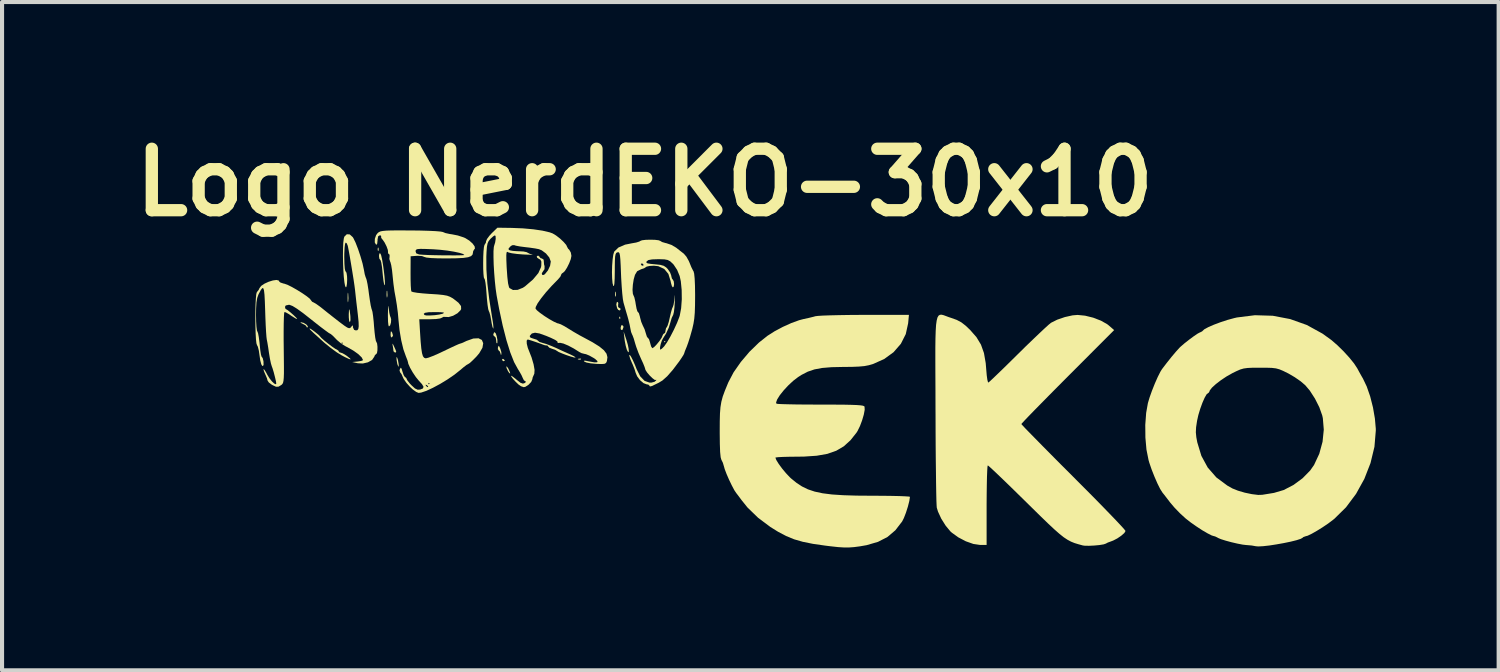
<source format=kicad_pcb>
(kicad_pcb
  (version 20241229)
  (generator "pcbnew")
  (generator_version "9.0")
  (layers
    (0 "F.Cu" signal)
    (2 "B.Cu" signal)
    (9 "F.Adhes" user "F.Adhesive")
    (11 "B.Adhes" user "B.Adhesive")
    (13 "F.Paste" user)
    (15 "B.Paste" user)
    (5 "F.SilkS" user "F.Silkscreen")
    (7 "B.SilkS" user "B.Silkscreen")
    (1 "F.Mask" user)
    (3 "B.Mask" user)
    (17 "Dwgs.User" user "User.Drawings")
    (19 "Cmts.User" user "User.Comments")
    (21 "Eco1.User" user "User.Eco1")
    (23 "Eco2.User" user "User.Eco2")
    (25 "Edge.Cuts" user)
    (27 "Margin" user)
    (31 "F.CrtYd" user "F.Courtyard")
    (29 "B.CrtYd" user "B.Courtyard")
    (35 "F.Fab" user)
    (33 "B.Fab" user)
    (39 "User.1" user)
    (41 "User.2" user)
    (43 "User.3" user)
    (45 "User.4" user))
  (footprint "Logo NerdEKO-30x10"
    (layer "F.Cu")
    (at 3.041 2.42)
    (property "Reference" "Logo NerdEKO-30x10" (at 9.652 -1.016 0) (layer "F.SilkS") (effects (font (size 1.5 1.5) (thickness 0.3))))
    (attr board_only exclude_from_pos_files exclude_from_bom)
    (fp_poly (pts (xy 10.158 2.873) (xy 10.14 2.89) (xy 10.123 2.873) (xy 10.14 2.855)) (stroke (width 0) (type solid)) (fill yes) (layer "F.SilkS"))
    (fp_poly (pts (xy 3.152 0.587) (xy 3.156 0.643) (xy 3.149 0.655) (xy 3.133 0.645) (xy 3.131 0.609) (xy 3.139 0.571)) (stroke (width 0) (type solid)) (fill yes) (layer "F.SilkS"))
    (fp_poly (pts (xy 8.099 3.293) (xy 8.089 3.309) (xy 8.053 3.311) (xy 8.015 3.303) (xy 8.032 3.29) (xy 8.087 3.286)) (stroke (width 0) (type solid)) (fill yes) (layer "F.SilkS"))
    (fp_poly (pts (xy 9.051 2.266) (xy 9.055 2.308) (xy 9.051 2.313) (xy 9.03 2.308) (xy 9.027 2.29) (xy 9.04 2.261)) (stroke (width 0) (type solid)) (fill yes) (layer "F.SilkS"))
    (fp_poly (pts (xy 2.411 1.698) (xy 2.417 1.812) (xy 2.411 1.892) (xy 2.404 1.914) (xy 2.398 1.874) (xy 2.397 1.795) (xy 2.399 1.708) (xy 2.404 1.675)) (stroke (width 0) (type solid)) (fill yes) (layer "F.SilkS"))
    (fp_poly (pts (xy 3.365 1.645) (xy 3.37 1.738) (xy 3.364 1.787) (xy 3.355 1.795) (xy 3.349 1.744) (xy 3.349 1.707) (xy 3.352 1.638) (xy 3.36 1.628)) (stroke (width 0) (type solid)) (fill yes) (layer "F.SilkS"))
    (fp_poly (pts (xy 3.486 2.655) (xy 3.505 2.724) (xy 3.485 2.759) (xy 3.457 2.769) (xy 3.447 2.717) (xy 3.447 2.694) (xy 3.451 2.627) (xy 3.465 2.623)) (stroke (width 0) (type solid)) (fill yes) (layer "F.SilkS"))
    (fp_poly (pts (xy 6.201 3.297) (xy 6.235 3.328) (xy 6.237 3.334) (xy 6.209 3.349) (xy 6.201 3.35) (xy 6.167 3.322) (xy 6.166 3.312) (xy 6.188 3.291)) (stroke (width 0) (type solid)) (fill yes) (layer "F.SilkS"))
    (fp_poly (pts (xy 8.944 1.657) (xy 8.946 1.663) (xy 8.951 1.74) (xy 8.945 1.769) (xy 8.933 1.771) (xy 8.928 1.715) (xy 8.928 1.707) (xy 8.933 1.652)) (stroke (width 0) (type solid)) (fill yes) (layer "F.SilkS"))
    (fp_poly (pts (xy 9.13 2.495) (xy 9.133 2.517) (xy 9.112 2.577) (xy 9.098 2.59) (xy 9.07 2.579) (xy 9.063 2.539) (xy 9.077 2.481) (xy 9.098 2.466)) (stroke (width 0) (type solid)) (fill yes) (layer "F.SilkS"))
    (fp_poly (pts (xy 6.319 3.527) (xy 6.326 3.54) (xy 6.361 3.619) (xy 6.366 3.653) (xy 6.343 3.636) (xy 6.315 3.596) (xy 6.28 3.522) (xy 6.272 3.483) (xy 6.286 3.479)) (stroke (width 0) (type solid)) (fill yes) (layer "F.SilkS"))
    (fp_poly (pts (xy 3.617 3.292) (xy 3.627 3.328) (xy 3.643 3.418) (xy 3.645 3.473) (xy 3.635 3.482) (xy 3.616 3.434) (xy 3.61 3.413) (xy 3.593 3.316) (xy 3.591 3.261) (xy 3.599 3.247)) (stroke (width 0) (type solid)) (fill yes) (layer "F.SilkS"))
    (fp_poly (pts (xy 1.322 2.413) (xy 1.386 2.451) (xy 1.425 2.495) (xy 1.423 2.522) (xy 1.399 2.523) (xy 1.397 2.511) (xy 1.367 2.472) (xy 1.3 2.437) (xy 1.248 2.412) (xy 1.254 2.399) (xy 1.258 2.399)) (stroke (width 0) (type solid)) (fill yes) (layer "F.SilkS"))
    (fp_poly (pts (xy 2.448 2.118) (xy 2.462 2.227) (xy 2.465 2.263) (xy 2.467 2.348) (xy 2.455 2.393) (xy 2.45 2.396) (xy 2.434 2.364) (xy 2.426 2.282) (xy 2.425 2.21) (xy 2.43 2.109) (xy 2.438 2.078)) (stroke (width 0) (type solid)) (fill yes) (layer "F.SilkS"))
    (fp_poly (pts (xy 3.508 2.941) (xy 3.532 2.992) (xy 3.572 3.081) (xy 3.584 3.123) (xy 3.57 3.137) (xy 3.552 3.138) (xy 3.519 3.11) (xy 3.516 3.093) (xy 3.508 3.026) (xy 3.496 2.961) (xy 3.491 2.92)) (stroke (width 0) (type solid)) (fill yes) (layer "F.SilkS"))
    (fp_poly (pts (xy 6.102 2.992) (xy 6.126 3.046) (xy 6.151 3.13) (xy 6.152 3.187) (xy 6.138 3.193) (xy 6.133 3.167) (xy 6.111 3.109) (xy 6.091 3.095) (xy 6.066 3.055) (xy 6.068 3.013) (xy 6.083 2.974)) (stroke (width 0) (type solid)) (fill yes) (layer "F.SilkS"))
    (fp_poly (pts (xy 9.207 2.837) (xy 9.239 2.948) (xy 9.258 3.042) (xy 9.264 3.108) (xy 9.256 3.134) (xy 9.234 3.109) (xy 9.214 3.067) (xy 9.189 2.979) (xy 9.165 2.858) (xy 9.158 2.802) (xy 9.137 2.625)) (stroke (width 0) (type solid)) (fill yes) (layer "F.SilkS"))
    (fp_poly (pts (xy 9.007 1.929) (xy 9.002 1.972) (xy 9.003 2.028) (xy 9.023 2.042) (xy 9.061 2.067) (xy 9.063 2.078) (xy 9.044 2.112) (xy 9.006 2.098) (xy 8.978 2.057) (xy 8.958 1.971) (xy 8.968 1.913) (xy 8.989 1.901)) (stroke (width 0) (type solid)) (fill yes) (layer "F.SilkS"))
    (fp_poly (pts (xy 6.015 2.673) (xy 6.039 2.745) (xy 6.054 2.829) (xy 6.054 2.897) (xy 6.047 2.916) (xy 6.031 2.902) (xy 6.025 2.843) (xy 6.013 2.774) (xy 5.989 2.749) (xy 5.958 2.72) (xy 5.954 2.696) (xy 5.972 2.649) (xy 5.988 2.643)) (stroke (width 0) (type solid)) (fill yes) (layer "F.SilkS"))
    (fp_poly (pts (xy 3.397 2.011) (xy 3.401 2.059) (xy 3.415 2.169) (xy 3.434 2.249) (xy 3.445 2.271) (xy 3.46 2.326) (xy 3.456 2.404) (xy 3.436 2.473) (xy 3.406 2.502) (xy 3.393 2.469) (xy 3.384 2.382) (xy 3.381 2.256) (xy 3.381 2.193) (xy 3.385 2.063) (xy 3.391 2.002)) (stroke (width 0) (type solid)) (fill yes) (layer "F.SilkS"))
    (fp_poly (pts (xy 3.198 0.721) (xy 3.217 0.768) (xy 3.239 0.865) (xy 3.261 0.994) (xy 3.281 1.137) (xy 3.297 1.276) (xy 3.307 1.395) (xy 3.308 1.474) (xy 3.301 1.497) (xy 3.288 1.471) (xy 3.273 1.39) (xy 3.258 1.267) (xy 3.251 1.194) (xy 3.237 1.055) (xy 3.22 0.946) (xy 3.202 0.885) (xy 3.195 0.877) (xy 3.172 0.846) (xy 3.163 0.781) (xy 3.172 0.718)) (stroke (width 0) (type solid)) (fill yes) (layer "F.SilkS"))
    (fp_poly (pts (xy 1.491 2.558) (xy 1.548 2.596) (xy 1.619 2.65) (xy 1.683 2.702) (xy 1.72 2.739) (xy 1.722 2.743) (xy 1.757 2.783) (xy 1.83 2.847) (xy 1.923 2.922) (xy 2.017 2.993) (xy 2.094 3.046) (xy 2.136 3.067) (xy 2.172 3.092) (xy 2.174 3.102) (xy 2.202 3.135) (xy 2.22 3.138) (xy 2.276 3.157) (xy 2.358 3.206) (xy 2.386 3.226) (xy 2.458 3.284) (xy 2.472 3.307) (xy 2.429 3.295) (xy 2.331 3.249) (xy 2.245 3.203) (xy 2.126 3.129) (xy 1.983 3.024) (xy 1.842 2.91) (xy 1.808 2.88) (xy 1.668 2.753) (xy 1.572 2.666) (xy 1.513 2.61) (xy 1.481 2.577) (xy 1.469 2.558) (xy 1.467 2.55)) (stroke (width 0) (type solid)) (fill yes) (layer "F.SilkS"))
    (fp_poly (pts (xy 16.95 2.226) (xy 17.009 2.248) (xy 17.078 2.274) (xy 17.13 2.291) (xy 17.27 2.341) (xy 17.38 2.399) (xy 17.485 2.48) (xy 17.597 2.586) (xy 17.752 2.763) (xy 17.862 2.945) (xy 17.935 3.15) (xy 17.978 3.396) (xy 17.991 3.554) (xy 18.003 3.695) (xy 18.018 3.803) (xy 18.034 3.864) (xy 18.042 3.871) (xy 18.075 3.845) (xy 18.15 3.775) (xy 18.263 3.667) (xy 18.405 3.53) (xy 18.57 3.368) (xy 18.751 3.189) (xy 18.77 3.171) (xy 18.957 2.986) (xy 19.134 2.816) (xy 19.291 2.666) (xy 19.421 2.544) (xy 19.517 2.457) (xy 19.571 2.413) (xy 19.572 2.412) (xy 19.724 2.336) (xy 19.911 2.272) (xy 20.1 2.23) (xy 20.222 2.22) (xy 20.404 2.238) (xy 20.603 2.287) (xy 20.792 2.36) (xy 20.944 2.446) (xy 20.981 2.475) (xy 21.114 2.59) (xy 19.981 3.725) (xy 19.748 3.959) (xy 19.532 4.177) (xy 19.336 4.376) (xy 19.167 4.548) (xy 19.028 4.691) (xy 18.926 4.798) (xy 18.865 4.864) (xy 18.848 4.884) (xy 18.873 4.913) (xy 18.942 4.987) (xy 19.053 5.101) (xy 19.199 5.25) (xy 19.376 5.43) (xy 19.581 5.637) (xy 19.806 5.864) (xy 20.05 6.107) (xy 20.12 6.178) (xy 20.367 6.426) (xy 20.599 6.659) (xy 20.81 6.874) (xy 20.995 7.065) (xy 21.151 7.227) (xy 21.272 7.356) (xy 21.353 7.445) (xy 21.39 7.492) (xy 21.392 7.496) (xy 21.363 7.545) (xy 21.29 7.609) (xy 21.193 7.676) (xy 21.091 7.729) (xy 21.039 7.749) (xy 20.957 7.779) (xy 20.913 7.803) (xy 20.858 7.822) (xy 20.755 7.839) (xy 20.627 7.851) (xy 20.5 7.857) (xy 20.395 7.855) (xy 20.35 7.849) (xy 20.241 7.819) (xy 20.146 7.79) (xy 20.06 7.755) (xy 19.974 7.709) (xy 19.882 7.648) (xy 19.778 7.565) (xy 19.654 7.456) (xy 19.504 7.316) (xy 19.321 7.139) (xy 19.098 6.92) (xy 18.966 6.79) (xy 18.756 6.584) (xy 18.563 6.395) (xy 18.39 6.228) (xy 18.245 6.089) (xy 18.132 5.983) (xy 18.058 5.916) (xy 18.029 5.893) (xy 18.021 5.927) (xy 18.015 6.022) (xy 18.009 6.17) (xy 18.005 6.362) (xy 18.002 6.588) (xy 18 6.84) (xy 18 6.865) (xy 18 7.836) (xy 17.838 7.836) (xy 17.676 7.812) (xy 17.492 7.747) (xy 17.309 7.651) (xy 17.151 7.537) (xy 17.117 7.507) (xy 17.001 7.367) (xy 16.893 7.196) (xy 16.813 7.023) (xy 16.783 6.926) (xy 16.779 6.871) (xy 16.774 6.752) (xy 16.77 6.574) (xy 16.766 6.345) (xy 16.763 6.071) (xy 16.759 5.757) (xy 16.756 5.41) (xy 16.754 5.037) (xy 16.753 4.643) (xy 16.752 4.524) (xy 16.751 4.055) (xy 16.749 3.652) (xy 16.748 3.31) (xy 16.748 3.025) (xy 16.751 2.792) (xy 16.757 2.606) (xy 16.766 2.462) (xy 16.781 2.356) (xy 16.8 2.283) (xy 16.826 2.238) (xy 16.86 2.217) (xy 16.9 2.214)) (stroke (width 0) (type solid)) (fill yes) (layer "F.SilkS"))
    (fp_poly (pts (xy 16.084 2.424) (xy 16.026 2.688) (xy 15.906 2.925) (xy 15.728 3.13) (xy 15.498 3.297) (xy 15.225 3.419) (xy 15.124 3.448) (xy 15.015 3.469) (xy 14.882 3.481) (xy 14.711 3.488) (xy 14.493 3.49) (xy 14.211 3.496) (xy 13.983 3.515) (xy 13.796 3.55) (xy 13.634 3.605) (xy 13.482 3.683) (xy 13.398 3.736) (xy 13.276 3.83) (xy 13.155 3.943) (xy 13.043 4.064) (xy 12.95 4.181) (xy 12.886 4.283) (xy 12.859 4.358) (xy 12.868 4.387) (xy 12.907 4.393) (xy 13.009 4.398) (xy 13.163 4.402) (xy 13.361 4.406) (xy 13.594 4.408) (xy 13.854 4.409) (xy 13.945 4.409) (xy 14.253 4.41) (xy 14.497 4.411) (xy 14.685 4.415) (xy 14.823 4.42) (xy 14.918 4.427) (xy 14.978 4.436) (xy 15.01 4.449) (xy 15.019 4.46) (xy 15.023 4.536) (xy 15.001 4.654) (xy 14.96 4.794) (xy 14.907 4.935) (xy 14.848 5.055) (xy 14.825 5.092) (xy 14.676 5.28) (xy 14.514 5.427) (xy 14.329 5.536) (xy 14.112 5.612) (xy 13.852 5.658) (xy 13.538 5.679) (xy 13.366 5.681) (xy 13.183 5.683) (xy 13.028 5.687) (xy 12.913 5.693) (xy 12.85 5.701) (xy 12.843 5.705) (xy 12.865 5.763) (xy 12.923 5.857) (xy 13.005 5.969) (xy 13.099 6.082) (xy 13.191 6.18) (xy 13.225 6.212) (xy 13.358 6.32) (xy 13.492 6.408) (xy 13.638 6.479) (xy 13.803 6.534) (xy 13.995 6.575) (xy 14.224 6.604) (xy 14.498 6.622) (xy 14.824 6.632) (xy 15.213 6.635) (xy 15.221 6.635) (xy 15.466 6.636) (xy 15.686 6.639) (xy 15.871 6.643) (xy 16.012 6.649) (xy 16.101 6.655) (xy 16.128 6.661) (xy 16.113 6.761) (xy 16.078 6.899) (xy 16.031 7.047) (xy 15.98 7.179) (xy 15.938 7.262) (xy 15.772 7.478) (xy 15.579 7.642) (xy 15.348 7.761) (xy 15.069 7.842) (xy 14.909 7.87) (xy 14.765 7.889) (xy 14.641 7.898) (xy 14.517 7.898) (xy 14.373 7.889) (xy 14.191 7.869) (xy 14.061 7.853) (xy 13.761 7.81) (xy 13.513 7.76) (xy 13.301 7.699) (xy 13.104 7.618) (xy 12.907 7.514) (xy 12.719 7.397) (xy 12.421 7.174) (xy 12.162 6.923) (xy 12.015 6.74) (xy 11.95 6.652) (xy 11.898 6.584) (xy 11.888 6.572) (xy 11.84 6.5) (xy 11.778 6.383) (xy 11.711 6.244) (xy 11.65 6.104) (xy 11.605 5.985) (xy 11.589 5.928) (xy 11.56 5.83) (xy 11.525 5.759) (xy 11.523 5.755) (xy 11.506 5.696) (xy 11.493 5.567) (xy 11.486 5.369) (xy 11.483 5.102) (xy 11.483 5.066) (xy 11.484 4.82) (xy 11.489 4.628) (xy 11.501 4.473) (xy 11.523 4.34) (xy 11.557 4.212) (xy 11.608 4.073) (xy 11.677 3.905) (xy 11.695 3.862) (xy 11.822 3.621) (xy 11.999 3.368) (xy 12.21 3.119) (xy 12.442 2.894) (xy 12.647 2.731) (xy 12.821 2.62) (xy 13.024 2.512) (xy 13.232 2.418) (xy 13.422 2.349) (xy 13.528 2.321) (xy 13.657 2.293) (xy 13.776 2.264) (xy 13.817 2.252) (xy 13.878 2.244) (xy 14.001 2.236) (xy 14.175 2.23) (xy 14.391 2.225) (xy 14.638 2.221) (xy 14.908 2.219) (xy 15.014 2.219) (xy 16.103 2.219)) (stroke (width 0) (type solid)) (fill yes) (layer "F.SilkS"))
    (fp_poly (pts (xy 24.987 2.24) (xy 25.412 2.321) (xy 25.819 2.466) (xy 26.201 2.676) (xy 26.416 2.831) (xy 26.563 2.958) (xy 26.714 3.106) (xy 26.854 3.259) (xy 26.97 3.402) (xy 27.046 3.517) (xy 27.051 3.525) (xy 27.096 3.609) (xy 27.158 3.72) (xy 27.189 3.773) (xy 27.282 3.968) (xy 27.366 4.21) (xy 27.434 4.478) (xy 27.481 4.749) (xy 27.503 5) (xy 27.503 5.045) (xy 27.47 5.44) (xy 27.374 5.837) (xy 27.223 6.224) (xy 27.021 6.589) (xy 26.776 6.917) (xy 26.494 7.195) (xy 26.463 7.22) (xy 26.343 7.311) (xy 26.204 7.405) (xy 26.064 7.492) (xy 25.937 7.564) (xy 25.839 7.611) (xy 25.79 7.624) (xy 25.732 7.645) (xy 25.721 7.657) (xy 25.673 7.686) (xy 25.569 7.72) (xy 25.425 7.756) (xy 25.256 7.791) (xy 25.077 7.823) (xy 24.903 7.85) (xy 24.749 7.867) (xy 24.63 7.873) (xy 24.568 7.867) (xy 24.474 7.85) (xy 24.359 7.84) (xy 24.351 7.84) (xy 24.255 7.829) (xy 24.125 7.804) (xy 23.979 7.77) (xy 23.838 7.732) (xy 23.721 7.695) (xy 23.648 7.664) (xy 23.637 7.656) (xy 23.574 7.626) (xy 23.559 7.624) (xy 23.495 7.604) (xy 23.389 7.55) (xy 23.256 7.472) (xy 23.112 7.377) (xy 22.97 7.277) (xy 22.855 7.186) (xy 22.722 7.064) (xy 22.586 6.923) (xy 22.484 6.803) (xy 22.402 6.696) (xy 22.334 6.608) (xy 22.293 6.557) (xy 22.292 6.555) (xy 22.237 6.468) (xy 22.17 6.333) (xy 22.098 6.168) (xy 22.029 5.993) (xy 21.972 5.827) (xy 21.954 5.763) (xy 21.903 5.508) (xy 21.877 5.214) (xy 21.876 5.087) (xy 23.109 5.087) (xy 23.121 5.209) (xy 23.144 5.331) (xy 23.244 5.661) (xy 23.399 5.946) (xy 23.61 6.188) (xy 23.878 6.387) (xy 24 6.456) (xy 24.137 6.511) (xy 24.304 6.56) (xy 24.477 6.596) (xy 24.631 6.615) (xy 24.73 6.612) (xy 24.829 6.596) (xy 24.958 6.575) (xy 25.018 6.565) (xy 25.255 6.495) (xy 25.494 6.371) (xy 25.716 6.207) (xy 25.902 6.017) (xy 25.996 5.882) (xy 26.123 5.61) (xy 26.203 5.317) (xy 26.233 5.021) (xy 26.21 4.742) (xy 26.195 4.674) (xy 26.124 4.474) (xy 26.017 4.262) (xy 25.891 4.067) (xy 25.78 3.936) (xy 25.67 3.842) (xy 25.525 3.741) (xy 25.373 3.652) (xy 25.357 3.644) (xy 25.24 3.586) (xy 25.149 3.548) (xy 25.064 3.525) (xy 24.964 3.513) (xy 24.83 3.509) (xy 24.679 3.509) (xy 24.501 3.509) (xy 24.373 3.515) (xy 24.277 3.528) (xy 24.191 3.553) (xy 24.096 3.595) (xy 24.004 3.64) (xy 23.862 3.72) (xy 23.722 3.813) (xy 23.597 3.909) (xy 23.501 3.997) (xy 23.448 4.066) (xy 23.441 4.09) (xy 23.418 4.125) (xy 23.41 4.127) (xy 23.372 4.158) (xy 23.323 4.243) (xy 23.269 4.366) (xy 23.216 4.512) (xy 23.17 4.665) (xy 23.139 4.804) (xy 23.115 4.963) (xy 23.109 5.087) (xy 21.876 5.087) (xy 21.874 4.906) (xy 21.896 4.611) (xy 21.938 4.374) (xy 21.979 4.236) (xy 22.038 4.07) (xy 22.107 3.897) (xy 22.178 3.736) (xy 22.243 3.607) (xy 22.282 3.544) (xy 22.398 3.392) (xy 22.515 3.245) (xy 22.622 3.118) (xy 22.705 3.026) (xy 22.73 3.001) (xy 22.833 2.912) (xy 22.949 2.821) (xy 23.06 2.739) (xy 23.153 2.676) (xy 23.212 2.645) (xy 23.22 2.643) (xy 23.266 2.619) (xy 23.27 2.612) (xy 23.314 2.572) (xy 23.411 2.519) (xy 23.548 2.459) (xy 23.708 2.399) (xy 23.878 2.343) (xy 24.043 2.298) (xy 24.111 2.282) (xy 24.551 2.227)) (stroke (width 0) (type solid)) (fill yes) (layer "F.SilkS"))
    (fp_poly (pts (xy 3.881 0.157) (xy 3.945 0.157) (xy 4.177 0.16) (xy 4.382 0.166) (xy 4.548 0.174) (xy 4.665 0.184) (xy 4.724 0.195) (xy 4.727 0.197) (xy 4.786 0.221) (xy 4.887 0.243) (xy 4.947 0.252) (xy 5.088 0.28) (xy 5.229 0.326) (xy 5.269 0.343) (xy 5.369 0.405) (xy 5.45 0.478) (xy 5.499 0.548) (xy 5.506 0.6) (xy 5.494 0.612) (xy 5.463 0.662) (xy 5.459 0.689) (xy 5.449 0.744) (xy 5.412 0.784) (xy 5.339 0.811) (xy 5.222 0.828) (xy 5.051 0.837) (xy 4.822 0.84) (xy 4.604 0.838) (xy 4.435 0.831) (xy 4.321 0.819) (xy 4.27 0.804) (xy 4.214 0.783) (xy 4.118 0.776) (xy 4.084 0.777) (xy 3.936 0.788) (xy 3.934 1.2) (xy 3.935 1.366) (xy 3.939 1.506) (xy 3.946 1.605) (xy 3.954 1.647) (xy 3.996 1.662) (xy 4.093 1.679) (xy 4.233 1.694) (xy 4.4 1.707) (xy 4.41 1.707) (xy 4.598 1.719) (xy 4.731 1.733) (xy 4.825 1.75) (xy 4.896 1.776) (xy 4.961 1.812) (xy 4.98 1.825) (xy 5.104 1.922) (xy 5.166 2.003) (xy 5.169 2.075) (xy 5.156 2.103) (xy 5.08 2.179) (xy 4.973 2.24) (xy 4.864 2.272) (xy 4.808 2.269) (xy 4.736 2.267) (xy 4.702 2.287) (xy 4.656 2.306) (xy 4.557 2.32) (xy 4.421 2.325) (xy 4.413 2.325) (xy 4.147 2.325) (xy 4.165 2.634) (xy 4.18 2.866) (xy 4.196 3.037) (xy 4.214 3.154) (xy 4.236 3.228) (xy 4.265 3.266) (xy 4.302 3.279) (xy 4.308 3.279) (xy 4.37 3.264) (xy 4.478 3.223) (xy 4.617 3.163) (xy 4.746 3.102) (xy 4.892 3.032) (xy 5.014 2.975) (xy 5.099 2.937) (xy 5.133 2.924) (xy 5.178 2.91) (xy 5.262 2.873) (xy 5.3 2.855) (xy 5.466 2.796) (xy 5.593 2.79) (xy 5.675 2.831) (xy 5.708 2.911) (xy 5.689 3.022) (xy 5.611 3.156) (xy 5.537 3.243) (xy 5.449 3.331) (xy 5.379 3.395) (xy 5.34 3.42) (xy 5.34 3.42) (xy 5.3 3.442) (xy 5.226 3.499) (xy 5.147 3.566) (xy 5.004 3.68) (xy 4.836 3.795) (xy 4.657 3.904) (xy 4.48 3.999) (xy 4.321 4.073) (xy 4.193 4.116) (xy 4.129 4.124) (xy 4.07 4.099) (xy 3.985 4.037) (xy 3.918 3.974) (xy 3.832 3.878) (xy 3.768 3.786) (xy 3.745 3.738) (xy 3.712 3.663) (xy 3.683 3.627) (xy 3.665 3.579) (xy 3.675 3.539) (xy 3.696 3.508) (xy 3.715 3.532) (xy 3.737 3.606) (xy 3.766 3.69) (xy 3.796 3.736) (xy 3.803 3.738) (xy 3.833 3.765) (xy 3.834 3.775) (xy 3.857 3.82) (xy 3.915 3.894) (xy 3.957 3.938) (xy 4.042 4.016) (xy 4.108 4.046) (xy 4.169 4.042) (xy 4.235 4.016) (xy 4.251 3.976) (xy 4.222 3.925) (xy 4.299 3.925) (xy 4.308 3.945) (xy 4.343 3.983) (xy 4.364 3.975) (xy 4.364 3.97) (xy 4.339 3.94) (xy 4.323 3.929) (xy 4.299 3.925) (xy 4.222 3.925) (xy 4.215 3.913) (xy 4.201 3.897) (xy 4.364 3.897) (xy 4.382 3.915) (xy 4.4 3.897) (xy 4.382 3.879) (xy 4.364 3.897) (xy 4.201 3.897) (xy 4.138 3.828) (xy 4.064 3.738) (xy 3.988 3.625) (xy 3.922 3.509) (xy 3.879 3.413) (xy 3.87 3.37) (xy 3.856 3.322) (xy 3.824 3.241) (xy 3.82 3.231) (xy 3.759 3.06) (xy 3.706 2.839) (xy 3.664 2.589) (xy 3.639 2.343) (xy 3.626 2.193) (xy 4.256 2.193) (xy 4.273 2.222) (xy 4.32 2.233) (xy 4.412 2.233) (xy 4.525 2.226) (xy 4.633 2.211) (xy 4.713 2.192) (xy 4.718 2.19) (xy 4.75 2.171) (xy 4.736 2.16) (xy 4.667 2.153) (xy 4.535 2.151) (xy 4.532 2.151) (xy 4.376 2.154) (xy 4.286 2.168) (xy 4.256 2.193) (xy 3.626 2.193) (xy 3.623 2.163) (xy 3.599 1.977) (xy 3.573 1.819) (xy 3.569 1.795) (xy 3.541 1.643) (xy 3.516 1.459) (xy 3.497 1.279) (xy 3.496 1.265) (xy 3.481 1.123) (xy 3.462 1.005) (xy 3.443 0.932) (xy 3.437 0.921) (xy 3.416 0.853) (xy 3.421 0.806) (xy 3.422 0.75) (xy 3.404 0.735) (xy 3.382 0.71) (xy 3.385 0.691) (xy 3.382 0.664) (xy 4.056 0.664) (xy 4.072 0.716) (xy 4.14 0.742) (xy 4.163 0.745) (xy 4.243 0.751) (xy 4.366 0.757) (xy 4.519 0.761) (xy 4.688 0.764) (xy 4.857 0.765) (xy 5.012 0.766) (xy 5.138 0.764) (xy 5.221 0.761) (xy 5.247 0.756) (xy 5.215 0.731) (xy 5.125 0.703) (xy 4.993 0.675) (xy 4.832 0.649) (xy 4.655 0.629) (xy 4.478 0.616) (xy 4.469 0.616) (xy 4.294 0.609) (xy 4.177 0.607) (xy 4.107 0.612) (xy 4.071 0.626) (xy 4.058 0.649) (xy 4.056 0.664) (xy 3.382 0.664) (xy 3.379 0.633) (xy 3.347 0.544) (xy 3.3 0.451) (xy 3.252 0.381) (xy 3.234 0.364) (xy 3.213 0.322) (xy 3.218 0.309) (xy 3.208 0.281) (xy 3.183 0.276) (xy 3.143 0.3) (xy 3.128 0.378) (xy 3.128 0.402) (xy 3.119 0.482) (xy 3.097 0.508) (xy 3.092 0.506) (xy 3.06 0.449) (xy 3.062 0.362) (xy 3.093 0.271) (xy 3.132 0.22) (xy 3.162 0.197) (xy 3.201 0.18) (xy 3.259 0.169) (xy 3.347 0.161) (xy 3.473 0.157) (xy 3.648 0.156)) (stroke (width 0) (type solid)) (fill yes) (layer "F.SilkS"))
    (fp_poly (pts (xy 2.449 0.254) (xy 2.522 0.32) (xy 2.537 0.343) (xy 2.592 0.456) (xy 2.653 0.614) (xy 2.712 0.791) (xy 2.762 0.964) (xy 2.793 1.108) (xy 2.796 1.122) (xy 2.815 1.227) (xy 2.838 1.302) (xy 2.846 1.318) (xy 2.862 1.367) (xy 2.883 1.468) (xy 2.905 1.606) (xy 2.918 1.707) (xy 2.94 1.86) (xy 2.961 1.987) (xy 2.981 2.072) (xy 2.99 2.096) (xy 3.004 2.145) (xy 3.019 2.248) (xy 3.034 2.387) (xy 3.042 2.495) (xy 3.056 2.648) (xy 3.071 2.772) (xy 3.087 2.854) (xy 3.098 2.876) (xy 3.117 2.918) (xy 3.126 2.997) (xy 3.125 3.084) (xy 3.114 3.151) (xy 3.097 3.173) (xy 3.064 3.202) (xy 3.047 3.242) (xy 2.994 3.32) (xy 2.893 3.377) (xy 2.768 3.406) (xy 2.646 3.4) (xy 2.51 3.37) (xy 2.642 3.357) (xy 2.727 3.344) (xy 2.771 3.326) (xy 2.773 3.321) (xy 2.741 3.258) (xy 2.658 3.177) (xy 2.537 3.091) (xy 2.393 3.009) (xy 2.349 2.987) (xy 2.246 2.923) (xy 2.227 2.908) (xy 2.245 2.908) (xy 2.262 2.926) (xy 2.28 2.908) (xy 2.262 2.89) (xy 2.245 2.908) (xy 2.227 2.908) (xy 2.139 2.834) (xy 2.11 2.804) (xy 2.038 2.73) (xy 1.983 2.685) (xy 1.969 2.678) (xy 1.933 2.657) (xy 1.853 2.599) (xy 1.737 2.512) (xy 1.597 2.402) (xy 1.501 2.326) (xy 1.309 2.175) (xy 1.162 2.069) (xy 1.055 2.003) (xy 0.983 1.975) (xy 0.964 1.972) (xy 0.886 1.989) (xy 0.867 2.025) (xy 0.881 2.073) (xy 0.893 2.079) (xy 0.932 2.102) (xy 1.004 2.16) (xy 1.079 2.226) (xy 1.15 2.295) (xy 1.166 2.322) (xy 1.127 2.306) (xy 1.033 2.248) (xy 0.956 2.196) (xy 0.89 2.159) (xy 0.855 2.148) (xy 0.847 2.182) (xy 0.841 2.278) (xy 0.837 2.425) (xy 0.835 2.616) (xy 0.835 2.841) (xy 0.837 3.012) (xy 0.84 3.282) (xy 0.842 3.489) (xy 0.842 3.644) (xy 0.838 3.754) (xy 0.831 3.828) (xy 0.82 3.876) (xy 0.805 3.905) (xy 0.784 3.926) (xy 0.779 3.93) (xy 0.709 3.972) (xy 0.646 3.973) (xy 0.56 3.932) (xy 0.54 3.92) (xy 0.473 3.869) (xy 0.443 3.824) (xy 0.443 3.823) (xy 0.428 3.768) (xy 0.392 3.683) (xy 0.386 3.671) (xy 0.353 3.592) (xy 0.343 3.545) (xy 0.345 3.542) (xy 0.368 3.562) (xy 0.409 3.628) (xy 0.439 3.686) (xy 0.491 3.77) (xy 0.551 3.845) (xy 0.607 3.897) (xy 0.646 3.913) (xy 0.655 3.896) (xy 0.646 3.835) (xy 0.622 3.733) (xy 0.593 3.62) (xy 0.563 3.521) (xy 0.545 3.473) (xy 0.524 3.403) (xy 0.5 3.288) (xy 0.478 3.155) (xy 0.458 3.017) (xy 0.438 2.895) (xy 0.423 2.82) (xy 0.415 2.756) (xy 0.406 2.635) (xy 0.397 2.471) (xy 0.389 2.278) (xy 0.384 2.123) (xy 0.376 1.891) (xy 0.367 1.724) (xy 0.355 1.618) (xy 0.337 1.567) (xy 0.312 1.566) (xy 0.278 1.611) (xy 0.233 1.696) (xy 0.22 1.721) (xy 0.19 1.804) (xy 0.171 1.916) (xy 0.162 2.072) (xy 0.16 2.222) (xy 0.163 2.38) (xy 0.171 2.509) (xy 0.182 2.596) (xy 0.193 2.623) (xy 0.21 2.665) (xy 0.228 2.76) (xy 0.245 2.891) (xy 0.25 2.943) (xy 0.264 3.079) (xy 0.28 3.183) (xy 0.296 3.238) (xy 0.302 3.244) (xy 0.324 3.275) (xy 0.342 3.35) (xy 0.343 3.363) (xy 0.345 3.446) (xy 0.321 3.468) (xy 0.314 3.466) (xy 0.289 3.425) (xy 0.264 3.332) (xy 0.247 3.214) (xy 0.229 3.091) (xy 0.206 2.998) (xy 0.184 2.955) (xy 0.17 2.912) (xy 0.159 2.812) (xy 0.151 2.67) (xy 0.146 2.499) (xy 0.144 2.314) (xy 0.145 2.129) (xy 0.149 1.957) (xy 0.157 1.812) (xy 0.167 1.71) (xy 0.181 1.662) (xy 0.182 1.662) (xy 0.225 1.609) (xy 0.245 1.566) (xy 0.287 1.51) (xy 0.368 1.456) (xy 0.469 1.41) (xy 0.572 1.378) (xy 0.66 1.366) (xy 0.716 1.38) (xy 0.726 1.403) (xy 0.757 1.429) (xy 0.833 1.454) (xy 0.855 1.458) (xy 0.931 1.485) (xy 1.039 1.539) (xy 1.162 1.609) (xy 1.286 1.686) (xy 1.394 1.76) (xy 1.472 1.822) (xy 1.503 1.862) (xy 1.503 1.863) (xy 1.531 1.898) (xy 1.565 1.914) (xy 1.625 1.948) (xy 1.715 2.012) (xy 1.788 2.069) (xy 1.896 2.156) (xy 2.033 2.264) (xy 2.173 2.373) (xy 2.193 2.389) (xy 2.312 2.478) (xy 2.388 2.528) (xy 2.434 2.545) (xy 2.465 2.535) (xy 2.482 2.515) (xy 2.517 2.473) (xy 2.527 2.494) (xy 2.527 2.523) (xy 2.555 2.584) (xy 2.598 2.598) (xy 2.635 2.592) (xy 2.658 2.563) (xy 2.668 2.5) (xy 2.665 2.393) (xy 2.649 2.233) (xy 2.631 2.078) (xy 2.611 1.912) (xy 2.593 1.748) (xy 2.579 1.618) (xy 2.577 1.601) (xy 2.564 1.501) (xy 2.542 1.351) (xy 2.513 1.17) (xy 2.481 0.975) (xy 2.449 0.787) (xy 2.419 0.623) (xy 2.401 0.532) (xy 2.375 0.47) (xy 2.35 0.453) (xy 2.334 0.486) (xy 2.323 0.578) (xy 2.316 0.718) (xy 2.315 0.806) (xy 2.319 0.97) (xy 2.328 1.089) (xy 2.342 1.152) (xy 2.351 1.159) (xy 2.37 1.191) (xy 2.383 1.274) (xy 2.386 1.354) (xy 2.381 1.46) (xy 2.368 1.531) (xy 2.356 1.548) (xy 2.336 1.515) (xy 2.319 1.425) (xy 2.304 1.292) (xy 2.293 1.129) (xy 2.286 0.951) (xy 2.283 0.77) (xy 2.285 0.601) (xy 2.291 0.458) (xy 2.304 0.354) (xy 2.317 0.309) (xy 2.377 0.25)) (stroke (width 0) (type solid)) (fill yes) (layer "F.SilkS"))
    (fp_poly (pts (xy 9.903 0.386) (xy 9.992 0.397) (xy 10.032 0.413) (xy 10.076 0.44) (xy 10.162 0.465) (xy 10.182 0.469) (xy 10.303 0.51) (xy 10.415 0.575) (xy 10.421 0.579) (xy 10.516 0.654) (xy 10.602 0.721) (xy 10.608 0.726) (xy 10.669 0.797) (xy 10.728 0.903) (xy 10.747 0.947) (xy 10.79 1.053) (xy 10.831 1.135) (xy 10.844 1.156) (xy 10.859 1.212) (xy 10.871 1.331) (xy 10.879 1.505) (xy 10.882 1.727) (xy 10.882 1.756) (xy 10.88 1.986) (xy 10.874 2.164) (xy 10.862 2.307) (xy 10.842 2.433) (xy 10.813 2.562) (xy 10.8 2.608) (xy 10.757 2.76) (xy 10.713 2.898) (xy 10.676 3) (xy 10.668 3.019) (xy 10.634 3.101) (xy 10.617 3.154) (xy 10.617 3.156) (xy 10.598 3.197) (xy 10.548 3.275) (xy 10.494 3.354) (xy 10.336 3.563) (xy 10.201 3.717) (xy 10.084 3.821) (xy 9.993 3.876) (xy 9.9 3.921) (xy 9.831 3.955) (xy 9.779 3.967) (xy 9.769 3.95) (xy 9.74 3.921) (xy 9.7 3.915) (xy 9.623 3.886) (xy 9.538 3.814) (xy 9.467 3.719) (xy 9.43 3.632) (xy 9.403 3.544) (xy 9.359 3.433) (xy 9.343 3.399) (xy 9.301 3.3) (xy 9.277 3.223) (xy 9.275 3.204) (xy 9.287 3.195) (xy 9.318 3.24) (xy 9.364 3.329) (xy 9.417 3.45) (xy 9.455 3.547) (xy 9.542 3.72) (xy 9.648 3.83) (xy 9.77 3.873) (xy 9.813 3.873) (xy 9.892 3.852) (xy 9.931 3.818) (xy 9.932 3.817) (xy 9.93 3.796) (xy 9.923 3.808) (xy 9.893 3.805) (xy 9.837 3.762) (xy 9.77 3.696) (xy 9.709 3.624) (xy 9.67 3.563) (xy 9.664 3.541) (xy 9.649 3.492) (xy 9.612 3.4) (xy 9.563 3.294) (xy 9.5 3.149) (xy 9.444 2.998) (xy 9.416 2.908) (xy 9.385 2.8) (xy 9.355 2.72) (xy 9.343 2.696) (xy 9.319 2.637) (xy 9.302 2.555) (xy 9.284 2.46) (xy 9.253 2.333) (xy 9.231 2.254) (xy 9.19 2.115) (xy 9.151 1.978) (xy 9.134 1.919) (xy 9.118 1.834) (xy 9.103 1.695) (xy 9.096 1.608) (xy 9.354 1.608) (xy 9.362 1.703) (xy 9.375 1.737) (xy 9.399 1.793) (xy 9.422 1.893) (xy 9.433 1.963) (xy 9.452 2.066) (xy 9.473 2.134) (xy 9.486 2.148) (xy 9.51 2.179) (xy 9.533 2.256) (xy 9.538 2.281) (xy 9.567 2.389) (xy 9.604 2.477) (xy 9.608 2.485) (xy 9.649 2.571) (xy 9.679 2.67) (xy 9.704 2.748) (xy 9.73 2.784) (xy 9.733 2.784) (xy 9.757 2.815) (xy 9.781 2.891) (xy 9.785 2.908) (xy 9.808 2.989) (xy 9.835 3.03) (xy 9.839 3.032) (xy 9.881 3.005) (xy 9.944 2.94) (xy 10.011 2.858) (xy 10.064 2.779) (xy 10.087 2.725) (xy 10.087 2.723) (xy 10.109 2.682) (xy 10.123 2.678) (xy 10.152 2.649) (xy 10.158 2.61) (xy 10.172 2.544) (xy 10.188 2.523) (xy 10.21 2.481) (xy 10.239 2.39) (xy 10.264 2.282) (xy 10.292 2.161) (xy 10.319 2.066) (xy 10.338 2.024) (xy 10.356 1.97) (xy 10.373 1.871) (xy 10.381 1.794) (xy 10.386 1.739) (xy 10.389 1.751) (xy 10.388 1.824) (xy 10.387 1.893) (xy 10.378 2.034) (xy 10.364 2.149) (xy 10.347 2.219) (xy 10.342 2.228) (xy 10.311 2.292) (xy 10.283 2.385) (xy 10.283 2.387) (xy 10.24 2.528) (xy 10.175 2.671) (xy 10.106 2.781) (xy 10.104 2.784) (xy 10.071 2.844) (xy 10.043 2.927) (xy 10.026 3.007) (xy 10.026 3.059) (xy 10.035 3.067) (xy 10.072 3.043) (xy 10.127 2.987) (xy 10.196 2.889) (xy 10.279 2.746) (xy 10.364 2.581) (xy 10.44 2.416) (xy 10.496 2.272) (xy 10.507 2.237) (xy 10.541 2.057) (xy 10.557 1.838) (xy 10.554 1.609) (xy 10.533 1.398) (xy 10.505 1.27) (xy 10.443 1.12) (xy 10.359 0.993) (xy 10.338 0.97) (xy 10.274 0.911) (xy 10.213 0.878) (xy 10.132 0.863) (xy 10.008 0.859) (xy 9.979 0.859) (xy 9.832 0.864) (xy 9.743 0.88) (xy 9.699 0.911) (xy 9.698 0.912) (xy 9.691 0.941) (xy 9.721 0.961) (xy 9.802 0.974) (xy 9.897 0.983) (xy 10.031 0.997) (xy 10.117 1.021) (xy 10.178 1.062) (xy 10.214 1.099) (xy 10.271 1.183) (xy 10.299 1.257) (xy 10.299 1.265) (xy 10.316 1.332) (xy 10.335 1.354) (xy 10.36 1.398) (xy 10.369 1.466) (xy 10.36 1.527) (xy 10.339 1.548) (xy 10.315 1.516) (xy 10.292 1.437) (xy 10.283 1.39) (xy 10.229 1.218) (xy 10.128 1.097) (xy 9.984 1.03) (xy 9.875 1.018) (xy 9.771 1.024) (xy 9.699 1.04) (xy 9.683 1.051) (xy 9.636 1.081) (xy 9.56 1.106) (xy 9.467 1.153) (xy 9.414 1.241) (xy 9.382 1.354) (xy 9.362 1.484) (xy 9.354 1.608) (xy 9.096 1.608) (xy 9.089 1.518) (xy 9.077 1.32) (xy 9.073 1.226) (xy 9.065 1.017) (xy 9.063 0.981) (xy 9.557 0.981) (xy 9.583 1.017) (xy 9.593 1.018) (xy 9.627 1.006) (xy 9.628 1.002) (xy 9.603 0.972) (xy 9.593 0.965) (xy 9.56 0.968) (xy 9.557 0.981) (xy 9.063 0.981) (xy 9.057 0.87) (xy 9.048 0.773) (xy 9.036 0.717) (xy 9.02 0.692) (xy 8.998 0.689) (xy 8.987 0.691) (xy 8.959 0.704) (xy 8.941 0.735) (xy 8.929 0.796) (xy 8.923 0.897) (xy 8.921 1.053) (xy 8.921 1.137) (xy 8.918 1.33) (xy 8.911 1.455) (xy 8.9 1.513) (xy 8.886 1.513) (xy 8.866 1.445) (xy 8.856 1.327) (xy 8.852 1.179) (xy 8.856 1.02) (xy 8.867 0.87) (xy 8.884 0.749) (xy 8.906 0.676) (xy 8.907 0.674) (xy 9.01 0.574) (xy 9.172 0.504) (xy 9.336 0.471) (xy 9.444 0.452) (xy 9.521 0.428) (xy 9.542 0.414) (xy 9.586 0.397) (xy 9.677 0.386) (xy 9.79 0.383)) (stroke (width 0) (type solid)) (fill yes) (layer "F.SilkS"))
    (fp_poly (pts (xy 6.402 0.095) (xy 6.677 0.106) (xy 6.932 0.129) (xy 7.155 0.162) (xy 7.33 0.203) (xy 7.402 0.229) (xy 7.487 0.28) (xy 7.583 0.354) (xy 7.671 0.437) (xy 7.735 0.511) (xy 7.756 0.556) (xy 7.78 0.601) (xy 7.809 0.629) (xy 7.847 0.695) (xy 7.862 0.778) (xy 7.846 0.858) (xy 7.807 0.96) (xy 7.755 1.064) (xy 7.701 1.149) (xy 7.655 1.192) (xy 7.646 1.195) (xy 7.616 1.222) (xy 7.614 1.235) (xy 7.591 1.286) (xy 7.535 1.352) (xy 7.535 1.352) (xy 7.38 1.511) (xy 7.24 1.667) (xy 7.124 1.812) (xy 7.038 1.934) (xy 6.991 2.025) (xy 6.985 2.065) (xy 7.019 2.107) (xy 7.098 2.172) (xy 7.204 2.247) (xy 7.32 2.321) (xy 7.43 2.383) (xy 7.514 2.422) (xy 7.544 2.429) (xy 7.602 2.449) (xy 7.694 2.497) (xy 7.774 2.546) (xy 7.909 2.629) (xy 8.063 2.718) (xy 8.155 2.767) (xy 8.379 2.888) (xy 8.544 2.991) (xy 8.655 3.082) (xy 8.719 3.167) (xy 8.741 3.252) (xy 8.729 3.344) (xy 8.725 3.356) (xy 8.706 3.394) (xy 8.668 3.414) (xy 8.595 3.419) (xy 8.469 3.415) (xy 8.459 3.414) (xy 8.331 3.402) (xy 8.229 3.382) (xy 8.176 3.36) (xy 8.167 3.338) (xy 8.213 3.339) (xy 8.287 3.354) (xy 8.422 3.378) (xy 8.492 3.376) (xy 8.499 3.348) (xy 8.44 3.294) (xy 8.401 3.269) (xy 8.301 3.213) (xy 8.217 3.178) (xy 8.188 3.173) (xy 8.109 3.153) (xy 8.055 3.125) (xy 7.918 3.039) (xy 7.784 2.968) (xy 7.667 2.919) (xy 7.587 2.901) (xy 7.573 2.902) (xy 7.528 2.905) (xy 7.525 2.892) (xy 7.518 2.866) (xy 7.466 2.83) (xy 7.36 2.779) (xy 7.243 2.73) (xy 7.084 2.673) (xy 6.974 2.654) (xy 6.9 2.672) (xy 6.887 2.681) (xy 6.842 2.736) (xy 6.862 2.775) (xy 6.943 2.802) (xy 7.017 2.826) (xy 7.049 2.853) (xy 7.049 2.853) (xy 7.08 2.879) (xy 7.154 2.902) (xy 7.16 2.904) (xy 7.25 2.93) (xy 7.374 2.978) (xy 7.486 3.026) (xy 7.623 3.09) (xy 7.757 3.15) (xy 7.84 3.187) (xy 7.92 3.226) (xy 7.961 3.255) (xy 7.962 3.261) (xy 7.923 3.258) (xy 7.842 3.235) (xy 7.738 3.2) (xy 7.633 3.16) (xy 7.549 3.124) (xy 7.508 3.098) (xy 7.508 3.098) (xy 7.464 3.071) (xy 7.393 3.048) (xy 7.323 3.021) (xy 7.296 2.992) (xy 7.275 2.966) (xy 7.27 2.967) (xy 7.216 2.961) (xy 7.19 2.953) (xy 7.014 2.889) (xy 6.883 2.845) (xy 6.806 2.822) (xy 6.792 2.82) (xy 6.769 2.849) (xy 6.772 2.924) (xy 6.797 3.024) (xy 6.817 3.075) (xy 6.889 3.258) (xy 6.938 3.426) (xy 6.962 3.562) (xy 6.956 3.655) (xy 6.949 3.671) (xy 6.915 3.748) (xy 6.908 3.789) (xy 6.88 3.856) (xy 6.814 3.926) (xy 6.738 3.975) (xy 6.698 3.984) (xy 6.631 3.961) (xy 6.572 3.921) (xy 6.498 3.85) (xy 6.434 3.78) (xy 6.393 3.725) (xy 6.389 3.703) (xy 6.389 3.703) (xy 6.426 3.724) (xy 6.496 3.778) (xy 6.534 3.811) (xy 6.619 3.877) (xy 6.678 3.897) (xy 6.721 3.883) (xy 6.755 3.854) (xy 6.742 3.845) (xy 6.701 3.815) (xy 6.676 3.765) (xy 6.641 3.687) (xy 6.583 3.586) (xy 6.556 3.544) (xy 6.462 3.372) (xy 6.368 3.134) (xy 6.275 2.836) (xy 6.184 2.481) (xy 6.097 2.075) (xy 6.035 1.742) (xy 6.012 1.581) (xy 5.992 1.393) (xy 5.976 1.193) (xy 5.964 0.995) (xy 5.959 0.814) (xy 5.959 0.764) (xy 6.272 0.764) (xy 6.273 0.876) (xy 6.28 1.047) (xy 6.282 1.079) (xy 6.297 1.292) (xy 6.315 1.449) (xy 6.338 1.543) (xy 6.35 1.564) (xy 6.435 1.611) (xy 6.549 1.608) (xy 6.676 1.557) (xy 6.728 1.523) (xy 6.923 1.355) (xy 7.055 1.197) (xy 7.12 1.052) (xy 7.126 1.014) (xy 7.128 0.918) (xy 7.104 0.87) (xy 7.077 0.857) (xy 7.026 0.824) (xy 7.015 0.787) (xy 7.049 0.771) (xy 7.083 0.798) (xy 7.084 0.806) (xy 7.113 0.837) (xy 7.14 0.841) (xy 7.183 0.869) (xy 7.187 0.903) (xy 7.194 0.99) (xy 7.206 1.026) (xy 7.205 1.103) (xy 7.176 1.144) (xy 7.139 1.202) (xy 7.146 1.242) (xy 7.186 1.243) (xy 7.214 1.225) (xy 7.287 1.135) (xy 7.341 1.02) (xy 7.358 0.915) (xy 7.321 0.817) (xy 7.24 0.719) (xy 7.136 0.642) (xy 7.067 0.614) (xy 6.975 0.596) (xy 6.844 0.577) (xy 6.731 0.564) (xy 6.607 0.548) (xy 6.509 0.53) (xy 6.462 0.515) (xy 6.412 0.519) (xy 6.363 0.555) (xy 6.324 0.606) (xy 6.335 0.631) (xy 6.362 0.643) (xy 6.43 0.656) (xy 6.537 0.664) (xy 6.586 0.665) (xy 6.692 0.671) (xy 6.768 0.687) (xy 6.786 0.697) (xy 6.845 0.728) (xy 6.908 0.745) (xy 6.915 0.75) (xy 6.862 0.75) (xy 6.759 0.747) (xy 6.678 0.743) (xy 6.531 0.731) (xy 6.407 0.714) (xy 6.327 0.695) (xy 6.31 0.686) (xy 6.29 0.679) (xy 6.277 0.701) (xy 6.272 0.764) (xy 5.959 0.764) (xy 5.959 0.665) (xy 5.967 0.562) (xy 5.975 0.53) (xy 6 0.448) (xy 6.013 0.362) (xy 6.01 0.296) (xy 5.995 0.276) (xy 5.954 0.3) (xy 5.89 0.357) (xy 5.881 0.367) (xy 5.84 0.417) (xy 5.814 0.475) (xy 5.798 0.557) (xy 5.789 0.682) (xy 5.784 0.8) (xy 5.786 1.108) (xy 5.809 1.449) (xy 5.855 1.834) (xy 5.924 2.274) (xy 5.928 2.297) (xy 5.948 2.422) (xy 5.957 2.512) (xy 5.955 2.553) (xy 5.952 2.554) (xy 5.934 2.513) (xy 5.915 2.425) (xy 5.903 2.353) (xy 5.883 2.241) (xy 5.859 2.155) (xy 5.846 2.128) (xy 5.83 2.078) (xy 5.814 1.974) (xy 5.799 1.832) (xy 5.79 1.712) (xy 5.778 1.559) (xy 5.763 1.435) (xy 5.748 1.357) (xy 5.737 1.336) (xy 5.723 1.303) (xy 5.714 1.217) (xy 5.708 1.094) (xy 5.707 0.951) (xy 5.709 0.804) (xy 5.715 0.67) (xy 5.725 0.567) (xy 5.738 0.511) (xy 5.742 0.506) (xy 5.773 0.455) (xy 5.777 0.423) (xy 5.801 0.365) (xy 5.863 0.282) (xy 5.916 0.225) (xy 6.055 0.09)) (stroke (width 0) (type solid)) (fill yes) (layer "F.SilkS")))
  (gr_rect
    (start -3 -3)
    (end 33.544 13.318)
    (stroke (width 0.1) (type default))
    (fill no)
    (layer "Edge.Cuts")))
</source>
